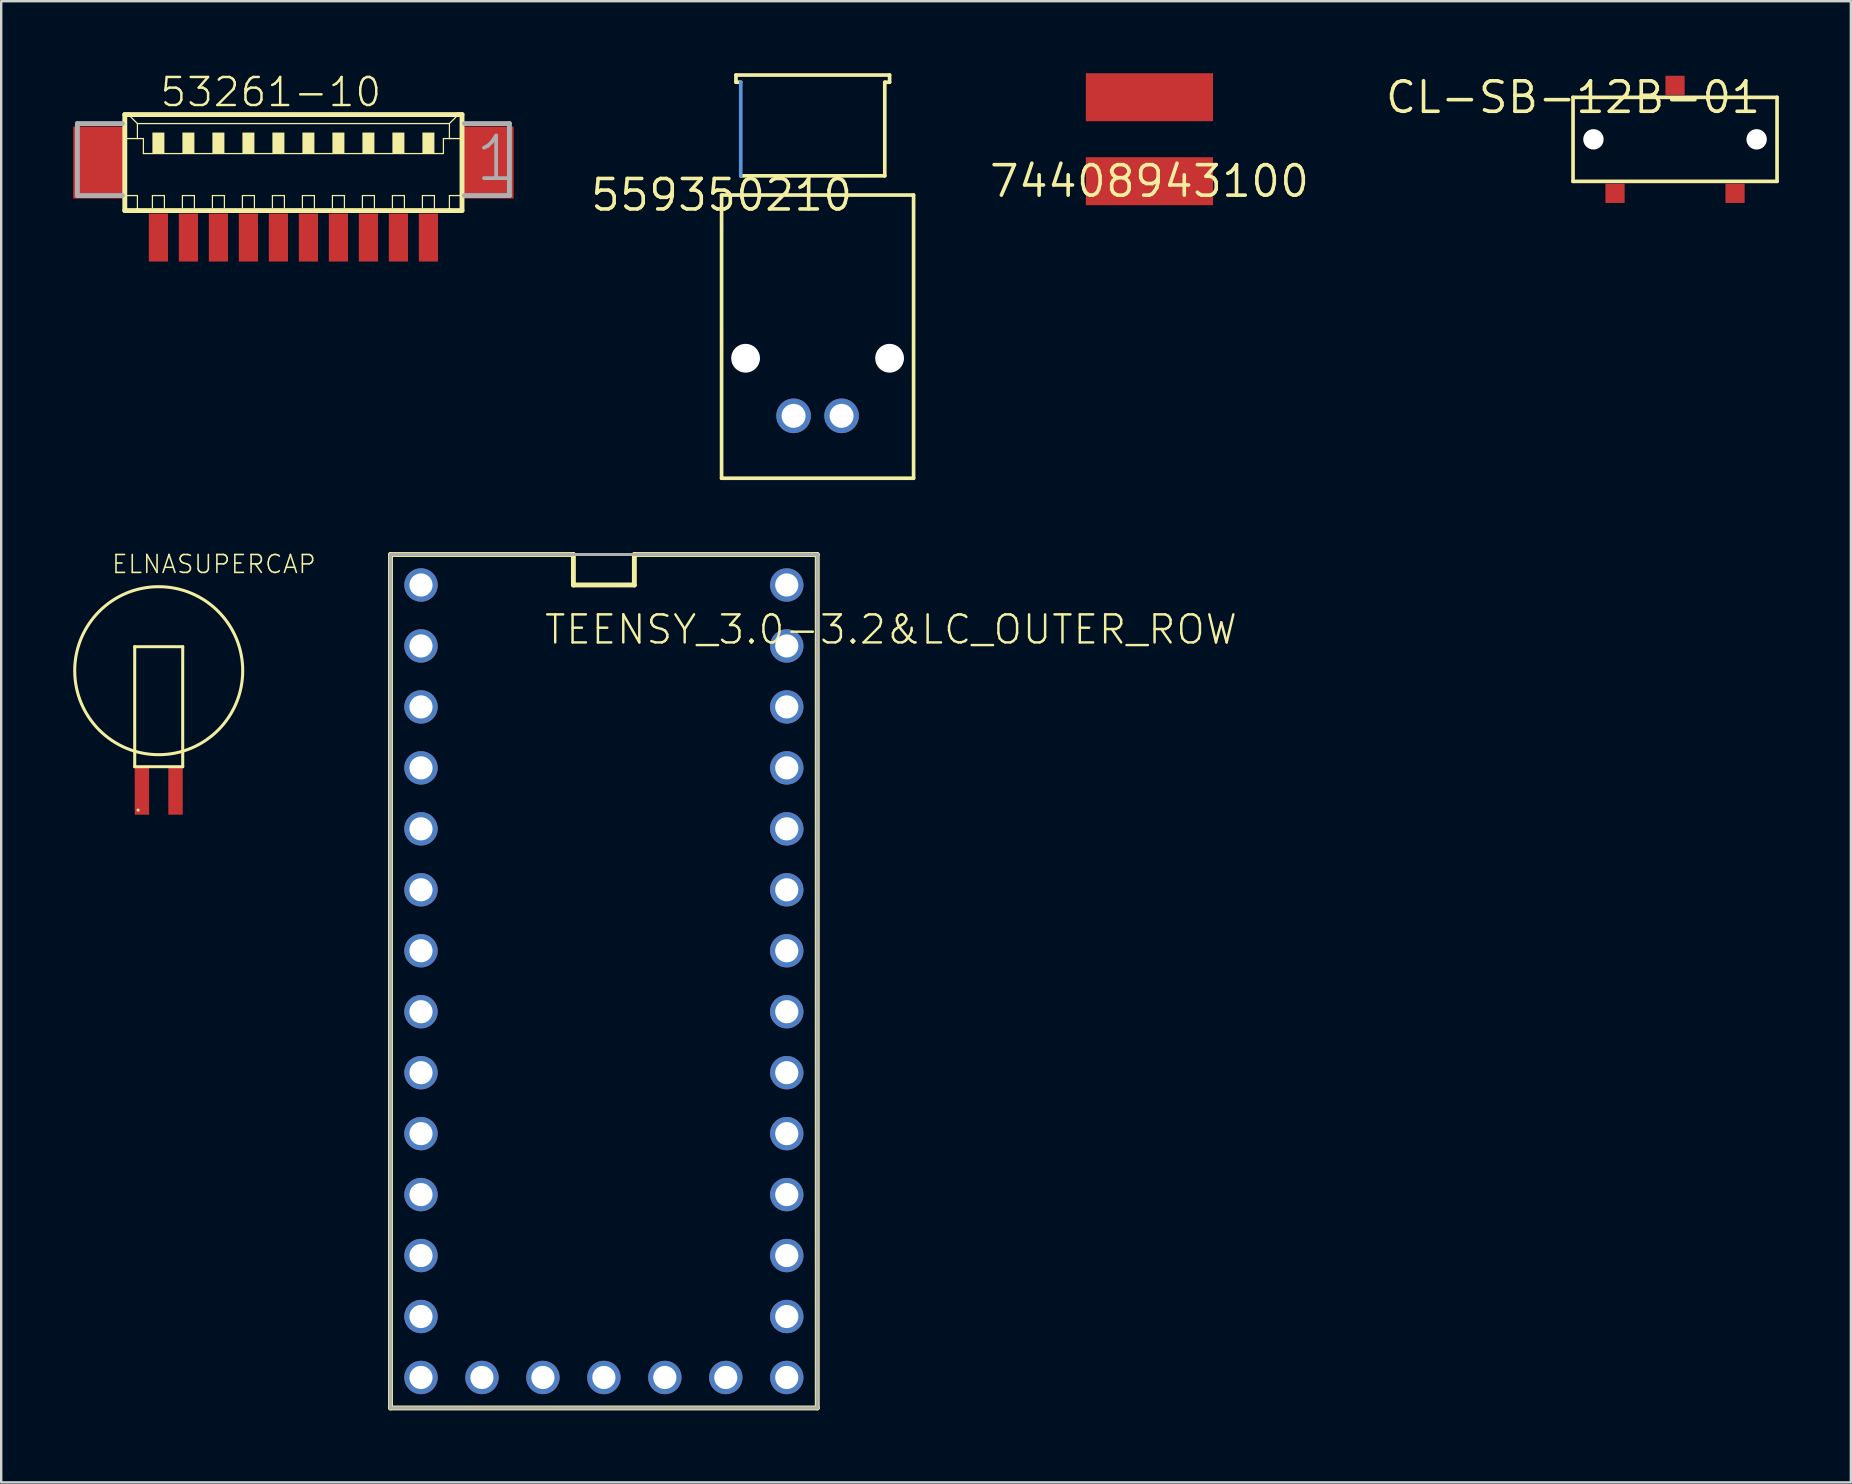
<source format=kicad_pcb>
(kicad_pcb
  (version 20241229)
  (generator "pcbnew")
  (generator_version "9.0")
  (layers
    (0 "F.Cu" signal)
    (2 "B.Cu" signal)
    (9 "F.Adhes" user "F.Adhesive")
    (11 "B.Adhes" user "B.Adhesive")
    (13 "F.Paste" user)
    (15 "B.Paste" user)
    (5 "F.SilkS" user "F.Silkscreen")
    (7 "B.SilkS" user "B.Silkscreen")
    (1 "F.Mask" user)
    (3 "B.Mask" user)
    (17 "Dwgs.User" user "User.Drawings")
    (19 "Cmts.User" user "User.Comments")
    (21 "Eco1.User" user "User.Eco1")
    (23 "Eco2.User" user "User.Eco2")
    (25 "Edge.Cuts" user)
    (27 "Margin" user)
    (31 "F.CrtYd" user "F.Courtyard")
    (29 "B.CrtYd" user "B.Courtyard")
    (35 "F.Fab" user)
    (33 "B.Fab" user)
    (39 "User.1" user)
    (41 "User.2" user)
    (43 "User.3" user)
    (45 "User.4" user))
  (footprint "ELNASUPERCAP"
    (layer "F.Cu")
    (at 3.563 28.395)
    (property "Reference" "ELNASUPERCAP" (at -2 -7.5 0) (layer "F.SilkS") (effects (font (size 0.748 0.748) (thickness 0.065)) (justify left bottom)))
    (fp_line (start -1 -4.5) (end -1 0.5) (stroke (width 0.127) (type solid)) (layer "F.SilkS"))
    (fp_line (start -1 0.5) (end 1 0.5) (stroke (width 0.127) (type solid)) (layer "F.SilkS"))
    (fp_line (start 1 -4.5) (end -1 -4.5) (stroke (width 0.127) (type solid)) (layer "F.SilkS"))
    (fp_line (start 1 0.5) (end 1 -4.5) (stroke (width 0.127) (type solid)) (layer "F.SilkS"))
    (fp_circle (center -0.86 2.31) (end -0.828 2.31) (stroke (width 0.064) (type solid)) (fill yes) (layer "F.SilkS"))
    (fp_circle (center 0 -3.5) (end 3.5 -3.5) (stroke (width 0.127) (type solid)) (fill no) (layer "F.SilkS"))
    (pad "3V3" smd rect (at 0.7 1.5 90) (size 2 0.6) (layers "F.Cu" "F.Mask" "F.Paste"))
    (pad "GND" smd rect (at -0.7 1.5 90) (size 2 0.6) (layers "F.Cu" "F.Mask" "F.Paste")))
  (footprint "53261-10"
    (layer "F.Cu")
    (at 9.175 4.348)
    (property "Reference" "53261-10" (at -5.625 -2.875 0) (layer "F.SilkS") (effects (font (size 1.168 1.168) (thickness 0.102)) (justify left bottom)))
    (fp_line (start -7.025 -2.625) (end -7.025 1.375) (stroke (width 0.203) (type solid)) (layer "F.SilkS"))
    (fp_line (start -7.025 1.375) (end -6.5 1.375) (stroke (width 0.203) (type solid)) (layer "F.SilkS"))
    (fp_line (start -7 -1.625) (end -6.5 -1.625) (stroke (width 0.051) (type solid)) (layer "F.SilkS"))
    (fp_line (start -7 0.75) (end -6.5 0.75) (stroke (width 0.051) (type solid)) (layer "F.SilkS"))
    (fp_line (start -6.875 -2.625) (end -7.025 -2.625) (stroke (width 0.203) (type solid)) (layer "F.SilkS"))
    (fp_line (start -6.5 -2.25) (end -6.875 -2.625) (stroke (width 0.051) (type solid)) (layer "F.SilkS"))
    (fp_line (start -6.5 -2.25) (end 6.5 -2.25) (stroke (width 0.051) (type solid)) (layer "F.SilkS"))
    (fp_line (start -6.5 -1.625) (end -6.5 -2.25) (stroke (width 0.051) (type solid)) (layer "F.SilkS"))
    (fp_line (start -6.5 -1.625) (end -6.25 -1.625) (stroke (width 0.051) (type solid)) (layer "F.SilkS"))
    (fp_line (start -6.5 0.75) (end -6.5 1.375) (stroke (width 0.051) (type solid)) (layer "F.SilkS"))
    (fp_line (start -6.5 1.375) (end 6.5 1.375) (stroke (width 0.203) (type solid)) (layer "F.SilkS"))
    (fp_line (start -6.25 -1.625) (end -6.25 -1) (stroke (width 0.051) (type solid)) (layer "F.SilkS"))
    (fp_line (start -6.25 -1) (end 6.25 -1) (stroke (width 0.051) (type solid)) (layer "F.SilkS"))
    (fp_line (start -5.875 0.75) (end -5.375 0.75) (stroke (width 0.051) (type solid)) (layer "F.SilkS"))
    (fp_line (start -5.875 1.25) (end -5.875 0.75) (stroke (width 0.051) (type solid)) (layer "F.SilkS"))
    (fp_line (start -5.375 0.75) (end -5.375 1.25) (stroke (width 0.051) (type solid)) (layer "F.SilkS"))
    (fp_line (start -4.625 0.75) (end -4.125 0.75) (stroke (width 0.051) (type solid)) (layer "F.SilkS"))
    (fp_line (start -4.625 1.25) (end -4.625 0.75) (stroke (width 0.051) (type solid)) (layer "F.SilkS"))
    (fp_line (start -4.125 0.75) (end -4.125 1.25) (stroke (width 0.051) (type solid)) (layer "F.SilkS"))
    (fp_line (start -3.375 0.75) (end -2.875 0.75) (stroke (width 0.051) (type solid)) (layer "F.SilkS"))
    (fp_line (start -3.375 1.25) (end -3.375 0.75) (stroke (width 0.051) (type solid)) (layer "F.SilkS"))
    (fp_line (start -2.875 0.75) (end -2.875 1.25) (stroke (width 0.051) (type solid)) (layer "F.SilkS"))
    (fp_line (start -2.125 0.75) (end -1.625 0.75) (stroke (width 0.051) (type solid)) (layer "F.SilkS"))
    (fp_line (start -2.125 1.25) (end -2.125 0.75) (stroke (width 0.051) (type solid)) (layer "F.SilkS"))
    (fp_line (start -1.625 0.75) (end -1.625 1.25) (stroke (width 0.051) (type solid)) (layer "F.SilkS"))
    (fp_line (start -0.875 0.75) (end -0.375 0.75) (stroke (width 0.051) (type solid)) (layer "F.SilkS"))
    (fp_line (start -0.875 1.25) (end -0.875 0.75) (stroke (width 0.051) (type solid)) (layer "F.SilkS"))
    (fp_line (start -0.375 0.75) (end -0.375 1.25) (stroke (width 0.051) (type solid)) (layer "F.SilkS"))
    (fp_line (start 0.375 0.75) (end 0.875 0.75) (stroke (width 0.051) (type solid)) (layer "F.SilkS"))
    (fp_line (start 0.375 1.25) (end 0.375 0.75) (stroke (width 0.051) (type solid)) (layer "F.SilkS"))
    (fp_line (start 0.875 0.75) (end 0.875 1.25) (stroke (width 0.051) (type solid)) (layer "F.SilkS"))
    (fp_line (start 1.625 0.75) (end 2.125 0.75) (stroke (width 0.051) (type solid)) (layer "F.SilkS"))
    (fp_line (start 1.625 1.25) (end 1.625 0.75) (stroke (width 0.051) (type solid)) (layer "F.SilkS"))
    (fp_line (start 2.125 0.75) (end 2.125 1.25) (stroke (width 0.051) (type solid)) (layer "F.SilkS"))
    (fp_line (start 2.875 0.75) (end 3.375 0.75) (stroke (width 0.051) (type solid)) (layer "F.SilkS"))
    (fp_line (start 2.875 1.25) (end 2.875 0.75) (stroke (width 0.051) (type solid)) (layer "F.SilkS"))
    (fp_line (start 3.375 0.75) (end 3.375 1.25) (stroke (width 0.051) (type solid)) (layer "F.SilkS"))
    (fp_line (start 4.125 0.75) (end 4.625 0.75) (stroke (width 0.051) (type solid)) (layer "F.SilkS"))
    (fp_line (start 4.125 1.25) (end 4.125 0.75) (stroke (width 0.051) (type solid)) (layer "F.SilkS"))
    (fp_line (start 4.625 0.75) (end 4.625 1.25) (stroke (width 0.051) (type solid)) (layer "F.SilkS"))
    (fp_line (start 5.375 0.75) (end 5.875 0.75) (stroke (width 0.051) (type solid)) (layer "F.SilkS"))
    (fp_line (start 5.375 1.25) (end 5.375 0.75) (stroke (width 0.051) (type solid)) (layer "F.SilkS"))
    (fp_line (start 5.875 0.75) (end 5.875 1.25) (stroke (width 0.051) (type solid)) (layer "F.SilkS"))
    (fp_line (start 6.25 -1.625) (end 6.25 -1) (stroke (width 0.051) (type solid)) (layer "F.SilkS"))
    (fp_line (start 6.25 -1.625) (end 6.5 -1.625) (stroke (width 0.051) (type solid)) (layer "F.SilkS"))
    (fp_line (start 6.5 -2.25) (end 6.5 -1.625) (stroke (width 0.051) (type solid)) (layer "F.SilkS"))
    (fp_line (start 6.5 -2.25) (end 6.875 -2.625) (stroke (width 0.051) (type solid)) (layer "F.SilkS"))
    (fp_line (start 6.5 -1.625) (end 7 -1.625) (stroke (width 0.051) (type solid)) (layer "F.SilkS"))
    (fp_line (start 6.5 0.75) (end 6.5 1.375) (stroke (width 0.051) (type solid)) (layer "F.SilkS"))
    (fp_line (start 6.5 0.75) (end 7 0.75) (stroke (width 0.051) (type solid)) (layer "F.SilkS"))
    (fp_line (start 6.5 1.375) (end 7.025 1.375) (stroke (width 0.203) (type solid)) (layer "F.SilkS"))
    (fp_line (start 6.875 -2.625) (end -6.875 -2.625) (stroke (width 0.203) (type solid)) (layer "F.SilkS"))
    (fp_line (start 7.025 -2.625) (end 6.875 -2.625) (stroke (width 0.203) (type solid)) (layer "F.SilkS"))
    (fp_line (start 7.025 1.375) (end 7.025 -2.625) (stroke (width 0.203) (type solid)) (layer "F.SilkS"))
    (fp_poly (pts (xy -5.875 -1) (xy -5.375 -1) (xy -5.375 -1.875) (xy -5.875 -1.875)) (stroke (width 0) (type default)) (fill yes) (layer "F.SilkS"))
    (fp_poly (pts (xy -4.625 -1) (xy -4.125 -1) (xy -4.125 -1.875) (xy -4.625 -1.875)) (stroke (width 0) (type default)) (fill yes) (layer "F.SilkS"))
    (fp_poly (pts (xy -3.375 -1) (xy -2.875 -1) (xy -2.875 -1.875) (xy -3.375 -1.875)) (stroke (width 0) (type default)) (fill yes) (layer "F.SilkS"))
    (fp_poly (pts (xy -2.125 -1) (xy -1.625 -1) (xy -1.625 -1.875) (xy -2.125 -1.875)) (stroke (width 0) (type default)) (fill yes) (layer "F.SilkS"))
    (fp_poly (pts (xy -0.875 -1) (xy -0.375 -1) (xy -0.375 -1.875) (xy -0.875 -1.875)) (stroke (width 0) (type default)) (fill yes) (layer "F.SilkS"))
    (fp_poly (pts (xy 0.375 -1) (xy 0.875 -1) (xy 0.875 -1.875) (xy 0.375 -1.875)) (stroke (width 0) (type default)) (fill yes) (layer "F.SilkS"))
    (fp_poly (pts (xy 1.625 -1) (xy 2.125 -1) (xy 2.125 -1.875) (xy 1.625 -1.875)) (stroke (width 0) (type default)) (fill yes) (layer "F.SilkS"))
    (fp_poly (pts (xy 2.875 -1) (xy 3.375 -1) (xy 3.375 -1.875) (xy 2.875 -1.875)) (stroke (width 0) (type default)) (fill yes) (layer "F.SilkS"))
    (fp_poly (pts (xy 4.125 -1) (xy 4.625 -1) (xy 4.625 -1.875) (xy 4.125 -1.875)) (stroke (width 0) (type default)) (fill yes) (layer "F.SilkS"))
    (fp_poly (pts (xy 5.375 -1) (xy 5.875 -1) (xy 5.875 -1.875) (xy 5.375 -1.875)) (stroke (width 0) (type default)) (fill yes) (layer "F.SilkS"))
    (fp_line (start -9 -2.25) (end -9 0.75) (stroke (width 0.203) (type solid)) (layer "F.Fab"))
    (fp_line (start -9 0.75) (end -7.125 0.75) (stroke (width 0.203) (type solid)) (layer "F.Fab"))
    (fp_line (start -7.125 -2.25) (end -9 -2.25) (stroke (width 0.203) (type solid)) (layer "F.Fab"))
    (fp_line (start 7.125 0.75) (end 9 0.75) (stroke (width 0.203) (type solid)) (layer "F.Fab"))
    (fp_line (start 9 -2.25) (end 7.125 -2.25) (stroke (width 0.203) (type solid)) (layer "F.Fab"))
    (fp_line (start 9 0.75) (end 9 -2.25) (stroke (width 0.203) (type solid)) (layer "F.Fab"))
    (fp_text user "1" (at 7.5 0.25 0) (layer "F.Fab") (effects (font (size 1.776 1.776) (thickness 0.154)) (justify left bottom)))
    (pad "1" smd rect (at 5.625 2.5) (size 0.8 2) (layers "F.Cu" "F.Mask" "F.Paste"))
    (pad "2" smd rect (at 4.375 2.5) (size 0.8 2) (layers "F.Cu" "F.Mask" "F.Paste"))
    (pad "3" smd rect (at 3.125 2.5) (size 0.8 2) (layers "F.Cu" "F.Mask" "F.Paste"))
    (pad "4" smd rect (at 1.875 2.5) (size 0.8 2) (layers "F.Cu" "F.Mask" "F.Paste"))
    (pad "5" smd rect (at 0.625 2.5) (size 0.8 2) (layers "F.Cu" "F.Mask" "F.Paste"))
    (pad "6" smd rect (at -0.625 2.5) (size 0.8 2) (layers "F.Cu" "F.Mask" "F.Paste"))
    (pad "7" smd rect (at -1.875 2.5) (size 0.8 2) (layers "F.Cu" "F.Mask" "F.Paste"))
    (pad "8" smd rect (at -3.125 2.5) (size 0.8 2) (layers "F.Cu" "F.Mask" "F.Paste"))
    (pad "9" smd rect (at -4.375 2.5) (size 0.8 2) (layers "F.Cu" "F.Mask" "F.Paste"))
    (pad "10" smd rect (at -5.625 2.5) (size 0.8 2) (layers "F.Cu" "F.Mask" "F.Paste"))
    (pad "S1" smd rect (at 8.125 -0.625) (size 2.1 3) (layers "F.Cu" "F.Mask" "F.Paste"))
    (pad "S2" smd rect (at -8.125 -0.625) (size 2.1 3) (layers "F.Cu" "F.Mask" "F.Paste")))
  (footprint "CL-SB-12B-01"
    (layer "F.Cu")
    (at 62.492 1.006)
    (property "Reference" "CL-SB-12B-01" (at 0 0 0) (layer "F.SilkS") (effects (font (size 1.27 1.27) (thickness 0.15))))
    (fp_line (start 0 0) (end 0 3.5) (stroke (width 0.152) (type solid)) (layer "F.SilkS"))
    (fp_line (start 0 3.5) (end 8.5 3.5) (stroke (width 0.152) (type solid)) (layer "F.SilkS"))
    (fp_line (start 8.5 0) (end 0 0) (stroke (width 0.152) (type solid)) (layer "F.SilkS"))
    (fp_line (start 8.5 3.5) (end 8.5 0) (stroke (width 0.152) (type solid)) (layer "F.SilkS"))
    (pad "" np_thru_hole circle (at 0.85 1.75) (size 0.85 0.85) (drill 0.85) (layers "*.Cu" "*.Mask"))
    (pad "" np_thru_hole circle (at 7.65 1.75) (size 0.85 0.85) (drill 0.85) (layers "*.Cu" "*.Mask"))
    (pad "P$1" smd rect (at 1.75 4) (size 0.8 0.8) (layers "F.Cu" "F.Mask" "F.Paste"))
    (pad "P$2" smd rect (at 4.25 -0.5) (size 0.8 0.8) (layers "F.Cu" "F.Mask" "F.Paste"))
    (pad "P$3" smd rect (at 6.75 4 180) (size 0.8 0.8) (layers "F.Cu" "F.Mask" "F.Paste")))
  (footprint "74408943100"
    (layer "F.Cu")
    (at 44.842 4.5)
    (property "Reference" "74408943100" (at 0 0 0) (layer "F.SilkS") (effects (font (size 1.27 1.27) (thickness 0.15))))
    (pad "P$1" smd rect (at 0 0) (size 5.3 2) (layers "F.Cu" "F.Mask" "F.Paste"))
    (pad "P$2" smd rect (at 0 -3.5) (size 5.3 2) (layers "F.Cu" "F.Mask" "F.Paste")))
  (footprint "TEENSY_3.0-3.2&LC_OUTER_ROW"
    (layer "F.Cu")
    (at 22.111 37.834)
    (property "Reference" "TEENSY_3.0-3.2&LC_OUTER_ROW" (at -2.54 -13.97 0) (layer "F.SilkS") (effects (font (size 1.168 1.168) (thickness 0.102)) (justify left bottom)))
    (fp_line (start -8.89 -17.78) (end -1.27 -17.78) (stroke (width 0.203) (type solid)) (layer "F.SilkS"))
    (fp_line (start -8.89 17.78) (end -8.89 -17.78) (stroke (width 0.203) (type solid)) (layer "F.SilkS"))
    (fp_line (start -1.27 -17.78) (end -1.27 -16.51) (stroke (width 0.203) (type solid)) (layer "F.SilkS"))
    (fp_line (start -1.27 -16.51) (end 1.27 -16.51) (stroke (width 0.203) (type solid)) (layer "F.SilkS"))
    (fp_line (start 1.27 -17.78) (end 8.89 -17.78) (stroke (width 0.203) (type solid)) (layer "F.SilkS"))
    (fp_line (start 1.27 -16.51) (end 1.27 -17.78) (stroke (width 0.203) (type solid)) (layer "F.SilkS"))
    (fp_line (start 8.89 -17.78) (end 8.89 17.78) (stroke (width 0.203) (type solid)) (layer "F.SilkS"))
    (fp_line (start 8.89 17.78) (end -8.89 17.78) (stroke (width 0.203) (type solid)) (layer "F.SilkS"))
    (fp_line (start -8.89 -17.78) (end 8.89 -17.78) (stroke (width 0.127) (type solid)) (layer "F.Fab"))
    (fp_line (start -8.89 17.78) (end -8.89 -17.78) (stroke (width 0.127) (type solid)) (layer "F.Fab"))
    (fp_line (start 8.89 -17.78) (end 8.89 17.78) (stroke (width 0.127) (type solid)) (layer "F.Fab"))
    (fp_line (start 8.89 17.78) (end -8.89 17.78) (stroke (width 0.127) (type solid)) (layer "F.Fab"))
    (pad "0" thru_hole circle (at -7.62 -13.97) (size 1.39 1.39) (drill 0.965) (layers "*.Cu" "*.Mask"))
    (pad "1" thru_hole circle (at -7.62 -11.43) (size 1.39 1.39) (drill 0.965) (layers "*.Cu" "*.Mask"))
    (pad "2" thru_hole circle (at -7.62 -8.89) (size 1.39 1.39) (drill 0.965) (layers "*.Cu" "*.Mask"))
    (pad "3" thru_hole circle (at -7.62 -6.35) (size 1.39 1.39) (drill 0.965) (layers "*.Cu" "*.Mask"))
    (pad "3.3V" thru_hole circle (at 7.62 -11.43) (size 1.39 1.39) (drill 0.965) (layers "*.Cu" "*.Mask"))
    (pad "3.3V1" thru_hole circle (at -2.54 16.51) (size 1.39 1.39) (drill 0.965) (layers "*.Cu" "*.Mask"))
    (pad "4" thru_hole circle (at -7.62 -3.81) (size 1.39 1.39) (drill 0.965) (layers "*.Cu" "*.Mask"))
    (pad "5" thru_hole circle (at -7.62 -1.27) (size 1.39 1.39) (drill 0.965) (layers "*.Cu" "*.Mask"))
    (pad "6" thru_hole circle (at -7.62 1.27) (size 1.39 1.39) (drill 0.965) (layers "*.Cu" "*.Mask"))
    (pad "7" thru_hole circle (at -7.62 3.81) (size 1.39 1.39) (drill 0.965) (layers "*.Cu" "*.Mask"))
    (pad "8" thru_hole circle (at -7.62 6.35) (size 1.39 1.39) (drill 0.965) (layers "*.Cu" "*.Mask"))
    (pad "9" thru_hole circle (at -7.62 8.89) (size 1.39 1.39) (drill 0.965) (layers "*.Cu" "*.Mask"))
    (pad "10" thru_hole circle (at -7.62 11.43) (size 1.39 1.39) (drill 0.965) (layers "*.Cu" "*.Mask"))
    (pad "11" thru_hole circle (at -7.62 13.97) (size 1.39 1.39) (drill 0.965) (layers "*.Cu" "*.Mask"))
    (pad "12" thru_hole circle (at -7.62 16.51) (size 1.39 1.39) (drill 0.965) (layers "*.Cu" "*.Mask"))
    (pad "13" thru_hole circle (at 7.62 16.51) (size 1.39 1.39) (drill 0.965) (layers "*.Cu" "*.Mask"))
    (pad "14/A0" thru_hole circle (at 7.62 13.97) (size 1.39 1.39) (drill 0.965) (layers "*.Cu" "*.Mask"))
    (pad "15/A1" thru_hole circle (at 7.62 11.43) (size 1.39 1.39) (drill 0.965) (layers "*.Cu" "*.Mask"))
    (pad "16/A2" thru_hole circle (at 7.62 8.89) (size 1.39 1.39) (drill 0.965) (layers "*.Cu" "*.Mask"))
    (pad "17/A3" thru_hole circle (at 7.62 6.35) (size 1.39 1.39) (drill 0.965) (layers "*.Cu" "*.Mask"))
    (pad "18/A4" thru_hole circle (at 7.62 3.81) (size 1.39 1.39) (drill 0.965) (layers "*.Cu" "*.Mask"))
    (pad "19/A5" thru_hole circle (at 7.62 1.27) (size 1.39 1.39) (drill 0.965) (layers "*.Cu" "*.Mask"))
    (pad "20/A6" thru_hole circle (at 7.62 -1.27) (size 1.39 1.39) (drill 0.965) (layers "*.Cu" "*.Mask"))
    (pad "21/A7" thru_hole circle (at 7.62 -3.81) (size 1.39 1.39) (drill 0.965) (layers "*.Cu" "*.Mask"))
    (pad "22/A8" thru_hole circle (at 7.62 -6.35) (size 1.39 1.39) (drill 0.965) (layers "*.Cu" "*.Mask"))
    (pad "23/A9" thru_hole circle (at 7.62 -8.89) (size 1.39 1.39) (drill 0.965) (layers "*.Cu" "*.Mask"))
    (pad "AGND" thru_hole circle (at 7.62 -13.97) (size 1.39 1.39) (drill 0.965) (layers "*.Cu" "*.Mask"))
    (pad "GND" thru_hole circle (at -7.62 -16.51) (size 1.39 1.39) (drill 0.965) (layers "*.Cu" "*.Mask"))
    (pad "GND1" thru_hole circle (at 0 16.51) (size 1.39 1.39) (drill 0.965) (layers "*.Cu" "*.Mask"))
    (pad "PGM" thru_hole circle (at 2.54 16.51) (size 1.39 1.39) (drill 0.965) (layers "*.Cu" "*.Mask"))
    (pad "RESET/DAC" thru_hole circle (at 5.08 16.51) (size 1.39 1.39) (drill 0.965) (layers "*.Cu" "*.Mask"))
    (pad "VBAT" thru_hole circle (at -5.08 16.51) (size 1.39 1.39) (drill 0.965) (layers "*.Cu" "*.Mask"))
    (pad "VIN" thru_hole circle (at 7.62 -16.51) (size 1.39 1.39) (drill 0.965) (layers "*.Cu" "*.Mask")))
  (footprint "559350210"
    (layer "F.Cu")
    (at 27.015 5.076)
    (property "Reference" "559350210" (at 0 0 0) (layer "F.SilkS") (effects (font (size 1.27 1.27) (thickness 0.15))))
    (fp_line (start 0 0) (end 8 0) (stroke (width 0.152) (type solid)) (layer "F.SilkS"))
    (fp_line (start 0 11.8) (end 0 0) (stroke (width 0.152) (type solid)) (layer "F.SilkS"))
    (fp_line (start 0.6 -5) (end 0.6 -4.7) (stroke (width 0.152) (type solid)) (layer "F.SilkS"))
    (fp_line (start 0.6 -4.7) (end 0.8 -4.7) (stroke (width 0.152) (type solid)) (layer "F.SilkS"))
    (fp_line (start 0.8 -0.8) (end 6.8 -0.8) (stroke (width 0.152) (type solid)) (layer "F.SilkS"))
    (fp_line (start 6.8 -4.7) (end 7 -4.7) (stroke (width 0.152) (type solid)) (layer "F.SilkS"))
    (fp_line (start 6.8 -0.8) (end 6.8 -4.7) (stroke (width 0.152) (type solid)) (layer "F.SilkS"))
    (fp_line (start 7 -5) (end 0.6 -5) (stroke (width 0.152) (type solid)) (layer "F.SilkS"))
    (fp_line (start 7 -4.7) (end 7 -5) (stroke (width 0.152) (type solid)) (layer "F.SilkS"))
    (fp_line (start 8 0) (end 8 11.8) (stroke (width 0.152) (type solid)) (layer "F.SilkS"))
    (fp_line (start 8 11.8) (end 0 11.8) (stroke (width 0.152) (type solid)) (layer "F.SilkS"))
    (fp_line (start 0.8 -4.7) (end 0.8 -0.8) (stroke (width 0.152) (type solid)) (layer "Cmts.User"))
    (pad "" np_thru_hole circle (at 1 6.8) (size 1.2 1.2) (drill 1.2) (layers "*.Cu" "*.Mask"))
    (pad "" np_thru_hole circle (at 7 6.8) (size 1.2 1.2) (drill 1.2) (layers "*.Cu" "*.Mask"))
    (pad "P$1" thru_hole circle (at 3 9.2) (size 1.44 1.44) (drill 1) (layers "*.Cu" "*.Mask"))
    (pad "P$2" thru_hole circle (at 5 9.2) (size 1.44 1.44) (drill 1) (layers "*.Cu" "*.Mask")))
  (gr_rect
    (start -3 -3)
    (end 74.068 58.716)
    (stroke (width 0.1) (type default))
    (fill no)
    (layer "Edge.Cuts")))
</source>
